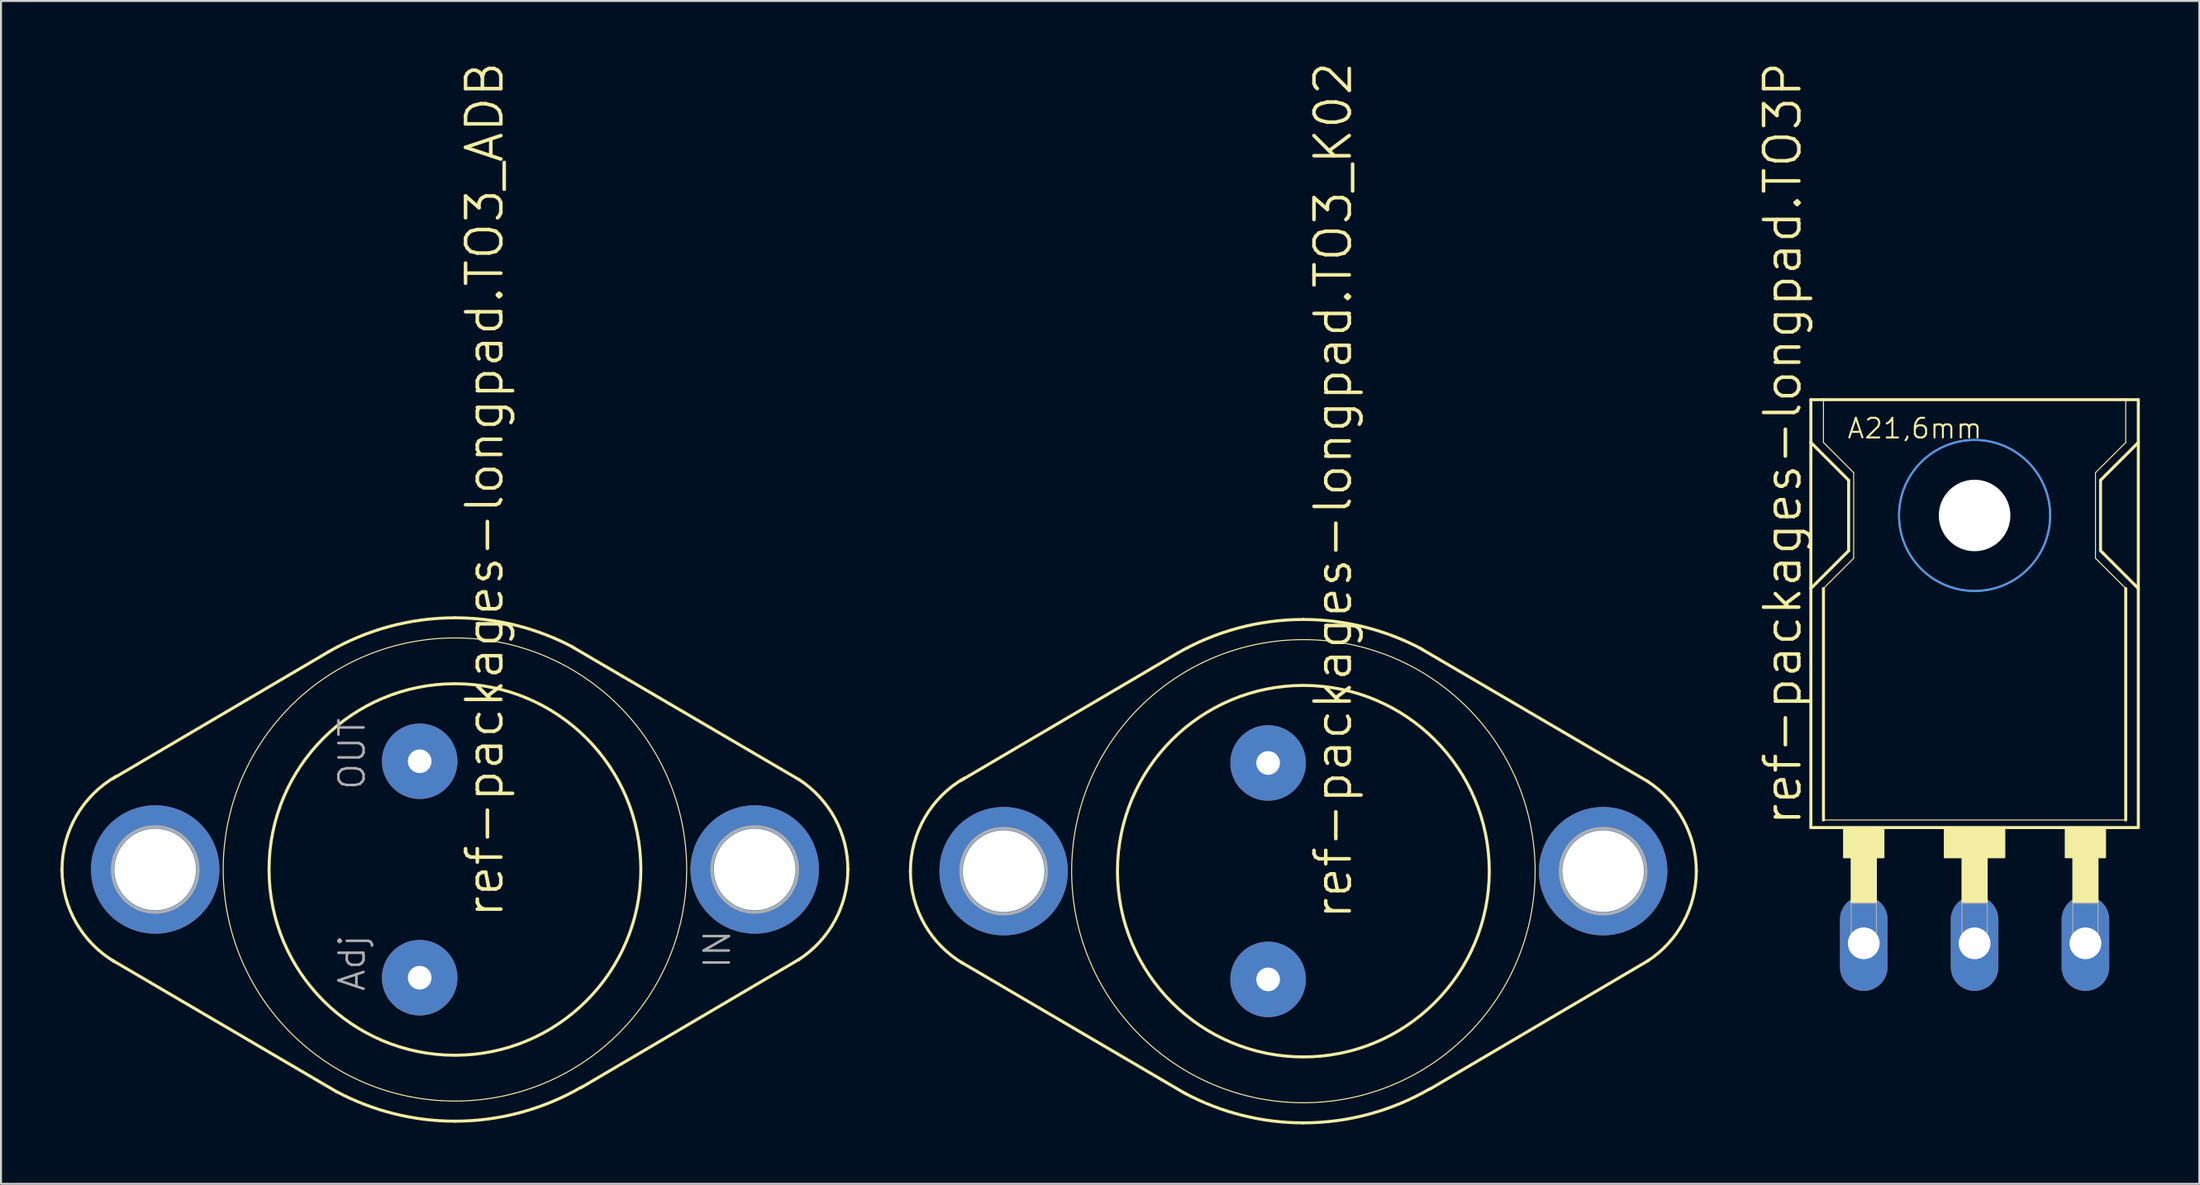
<source format=kicad_pcb>
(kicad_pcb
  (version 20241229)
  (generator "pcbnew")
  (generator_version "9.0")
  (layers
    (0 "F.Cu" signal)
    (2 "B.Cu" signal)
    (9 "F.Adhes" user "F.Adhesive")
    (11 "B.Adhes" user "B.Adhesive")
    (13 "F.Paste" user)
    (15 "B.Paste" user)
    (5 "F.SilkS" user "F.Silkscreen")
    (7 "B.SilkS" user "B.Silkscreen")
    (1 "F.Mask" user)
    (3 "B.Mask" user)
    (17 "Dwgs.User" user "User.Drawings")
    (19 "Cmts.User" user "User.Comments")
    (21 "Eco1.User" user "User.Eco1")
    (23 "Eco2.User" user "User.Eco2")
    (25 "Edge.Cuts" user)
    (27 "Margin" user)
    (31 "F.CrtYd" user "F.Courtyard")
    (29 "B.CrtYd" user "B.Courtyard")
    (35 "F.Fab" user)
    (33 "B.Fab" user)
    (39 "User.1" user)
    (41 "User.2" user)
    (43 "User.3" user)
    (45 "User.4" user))
  (footprint "ref-packages-longpad.TO3P"
    (layer "F.Cu")
    (at 96.507 36.93)
    (property "Reference" "ref-packages-longpad.TO3P" (at -8.636 1.778 90) (layer "F.SilkS") (effects (font (size 1.778 1.778) (thickness 0.18)) (justify left bottom)))
    (attr through_hole)
    (fp_line (start -8.255 -17.653) (end -8.255 -19.812) (stroke (width 0.152) (type default)) (layer "F.SilkS"))
    (fp_line (start -8.255 -17.653) (end -6.35 -15.748) (stroke (width 0.152) (type default)) (layer "F.SilkS"))
    (fp_line (start -8.255 -10.287) (end -8.255 -17.653) (stroke (width 0.152) (type default)) (layer "F.SilkS"))
    (fp_line (start -8.255 -10.287) (end -6.35 -12.192) (stroke (width 0.152) (type default)) (layer "F.SilkS"))
    (fp_line (start -8.255 1.778) (end -8.255 -10.287) (stroke (width 0.152) (type default)) (layer "F.SilkS"))
    (fp_line (start -8.255 1.778) (end 8.255 1.778) (stroke (width 0.152) (type default)) (layer "F.SilkS"))
    (fp_line (start -7.62 -19.812) (end -8.255 -19.812) (stroke (width 0.152) (type default)) (layer "F.SilkS"))
    (fp_line (start -7.62 -19.812) (end -7.62 -17.653) (stroke (width 0.051) (type default)) (layer "F.SilkS"))
    (fp_line (start -7.62 -10.287) (end -7.62 1.397) (stroke (width 0.152) (type default)) (layer "F.SilkS"))
    (fp_line (start -7.62 -10.287) (end -6.096 -11.811) (stroke (width 0.051) (type default)) (layer "F.SilkS"))
    (fp_line (start -7.62 1.397) (end 7.62 1.397) (stroke (width 0.051) (type default)) (layer "F.SilkS"))
    (fp_line (start -6.35 -12.192) (end -6.35 -15.748) (stroke (width 0.152) (type default)) (layer "F.SilkS"))
    (fp_line (start -6.096 -16.129) (end -7.62 -17.653) (stroke (width 0.051) (type default)) (layer "F.SilkS"))
    (fp_line (start -6.096 -16.129) (end -6.096 -11.811) (stroke (width 0.051) (type default)) (layer "F.SilkS"))
    (fp_line (start 6.096 -16.129) (end 6.096 -11.811) (stroke (width 0.051) (type default)) (layer "F.SilkS"))
    (fp_line (start 6.35 -15.748) (end 8.255 -17.653) (stroke (width 0.152) (type default)) (layer "F.SilkS"))
    (fp_line (start 6.35 -12.192) (end 6.35 -15.748) (stroke (width 0.152) (type default)) (layer "F.SilkS"))
    (fp_line (start 7.62 -19.812) (end -7.62 -19.812) (stroke (width 0.152) (type default)) (layer "F.SilkS"))
    (fp_line (start 7.62 -19.812) (end 7.62 -17.653) (stroke (width 0.051) (type default)) (layer "F.SilkS"))
    (fp_line (start 7.62 -17.653) (end 6.096 -16.129) (stroke (width 0.051) (type default)) (layer "F.SilkS"))
    (fp_line (start 7.62 -10.287) (end 6.096 -11.811) (stroke (width 0.051) (type default)) (layer "F.SilkS"))
    (fp_line (start 7.62 -10.287) (end 7.62 1.397) (stroke (width 0.152) (type default)) (layer "F.SilkS"))
    (fp_line (start 8.255 -19.812) (end 7.62 -19.812) (stroke (width 0.152) (type default)) (layer "F.SilkS"))
    (fp_line (start 8.255 -19.812) (end 8.255 -17.653) (stroke (width 0.152) (type default)) (layer "F.SilkS"))
    (fp_line (start 8.255 -17.653) (end 8.255 -10.287) (stroke (width 0.152) (type default)) (layer "F.SilkS"))
    (fp_line (start 8.255 -10.287) (end 6.35 -12.192) (stroke (width 0.152) (type default)) (layer "F.SilkS"))
    (fp_line (start 8.255 -10.287) (end 8.255 1.778) (stroke (width 0.152) (type default)) (layer "F.SilkS"))
    (fp_rect (start -6.604 3.302) (end -4.572 1.778) (stroke (width 0.05) (type default)) (fill yes) (layer "F.SilkS"))
    (fp_rect (start -6.223 5.588) (end -4.953 3.302) (stroke (width 0.05) (type default)) (fill yes) (layer "F.SilkS"))
    (fp_rect (start -1.524 3.302) (end 1.524 1.778) (stroke (width 0.05) (type default)) (fill yes) (layer "F.SilkS"))
    (fp_rect (start -0.635 5.588) (end 0.635 3.302) (stroke (width 0.05) (type default)) (fill yes) (layer "F.SilkS"))
    (fp_rect (start 4.572 3.302) (end 6.604 1.778) (stroke (width 0.05) (type default)) (fill yes) (layer "F.SilkS"))
    (fp_rect (start 4.953 5.588) (end 6.223 3.302) (stroke (width 0.05) (type default)) (fill yes) (layer "F.SilkS"))
    (fp_circle (center 0 -13.97) (end 1.651 -13.97) (stroke (width 0.152) (type default)) (fill no) (layer "F.SilkS"))
    (fp_circle (center 0 -13.97) (end 3.81 -13.97) (stroke (width 0.1) (type default)) (fill no) (layer "Cmts.User"))
    (fp_circle (center 0 -13.97) (end 3.81 -13.97) (stroke (width 0.1) (type default)) (fill no) (layer "Cmts.User"))
    (fp_rect (start -6.223 7.493) (end -4.953 5.588) (stroke (width 0.05) (type default)) (fill no) (layer "F.Fab"))
    (fp_rect (start -0.635 7.493) (end 0.635 5.588) (stroke (width 0.05) (type default)) (fill no) (layer "F.Fab"))
    (fp_rect (start 4.953 7.493) (end 6.223 5.588) (stroke (width 0.05) (type default)) (fill no) (layer "F.Fab"))
    (fp_text user "A21,6mm" (at -6.477 -17.78 0) (layer "F.SilkS") (effects (font (size 0.991 0.991) (thickness 0.1)) (justify left bottom)))
    (pad "" np_thru_hole circle (at 0 -13.97) (size 3.607 3.607) (drill 3.607) (layers "*.Cu" "*.Mask"))
    (pad "1" thru_hole oval (at -5.588 7.62 90) (size 4.801 2.4) (drill 1.6) (layers "*.Cu" "*.Mask"))
    (pad "2" thru_hole oval (at 0 7.62 90) (size 4.801 2.4) (drill 1.6) (layers "*.Cu" "*.Mask"))
    (pad "3" thru_hole oval (at 5.588 7.62 90) (size 4.801 2.4) (drill 1.6) (layers "*.Cu" "*.Mask")))
  (footprint "ref-packages-longpad.TO3_K02"
    (layer "F.Cu")
    (at 62.665 40.909)
    (property "Reference" "ref-packages-longpad.TO3_K02" (at 2.54 2.54 90) (layer "F.SilkS") (effects (font (size 1.778 1.778) (thickness 0.18)) (justify left bottom)))
    (attr through_hole)
    (fp_line (start -6.35 -10.998) (end -17.272 -4.572) (stroke (width 0.152) (type default)) (layer "F.SilkS"))
    (fp_line (start -5.944 11.227) (end -17.247 4.597) (stroke (width 0.152) (type default)) (layer "F.SilkS"))
    (fp_line (start 5.969 -11.201) (end 17.374 -4.521) (stroke (width 0.152) (type default)) (layer "F.SilkS"))
    (fp_line (start 6.375 10.998) (end 17.374 4.521) (stroke (width 0.152) (type default)) (layer "F.SilkS"))
    (fp_arc (start -19.812 0) (mid -19.08306 -2.712168) (end -17.0927 -4.6935) (stroke (width 0.1524) (type default)) (layer "F.SilkS"))
    (fp_arc (start -17.1555 4.657) (mid -19.101186 2.680705) (end -19.812 0) (stroke (width 0.1524) (type default)) (layer "F.SilkS"))
    (fp_arc (start -6.3718 -10.9859) (mid -3.299165 -12.263989) (end 0 -12.7) (stroke (width 0.1524) (type default)) (layer "F.SilkS"))
    (fp_arc (start 0 -12.7) (mid 3.080216 -12.320822) (end 5.9765 -11.2059) (stroke (width 0.1524) (type default)) (layer "F.SilkS"))
    (fp_arc (start 0 12.7) (mid -3.080216 12.320822) (end -5.9765 11.2059) (stroke (width 0.1524) (type default)) (layer "F.SilkS"))
    (fp_arc (start 6.3718 10.9859) (mid 3.299165 12.263989) (end 0 12.7) (stroke (width 0.1524) (type default)) (layer "F.SilkS"))
    (fp_arc (start 17.3366 -4.545) (mid 19.153012 -2.587691) (end 19.812 0) (stroke (width 0.1524) (type default)) (layer "F.SilkS"))
    (fp_arc (start 19.812 0) (mid 19.153012 2.587691) (end 17.3366 4.545) (stroke (width 0.1524) (type default)) (layer "F.SilkS"))
    (fp_circle (center 0 0) (end 9.373 0) (stroke (width 0.152) (type default)) (fill no) (layer "F.SilkS"))
    (fp_circle (center 0 0) (end 11.684 0) (stroke (width 0.051) (type default)) (fill no) (layer "F.SilkS"))
    (fp_circle (center -15.113 0) (end -12.954 0) (stroke (width 0.152) (type default)) (fill no) (layer "F.Fab"))
    (fp_circle (center 15.113 0) (end 17.272 0) (stroke (width 0.152) (type default)) (fill no) (layer "F.Fab"))
    (pad "1" thru_hole circle (at -1.778 5.461) (size 3.81 3.81) (drill 1.194) (layers "*.Cu" "*.Mask"))
    (pad "2" thru_hole circle (at -1.778 -5.461) (size 3.81 3.81) (drill 1.194) (layers "*.Cu" "*.Mask"))
    (pad "3" thru_hole circle (at 15.113 0) (size 6.477 6.477) (drill 4.115) (layers "*.Cu" "*.Mask"))
    (pad "3@" thru_hole circle (at -15.113 0) (size 6.477 6.477) (drill 4.115) (layers "*.Cu" "*.Mask")))
  (footprint "ref-packages-longpad.TO3_ADB"
    (layer "F.Cu")
    (at 19.888 40.824)
    (property "Reference" "ref-packages-longpad.TO3_ADB" (at 2.54 2.54 90) (layer "F.SilkS") (effects (font (size 1.778 1.778) (thickness 0.18)) (justify left bottom)))
    (attr through_hole)
    (fp_line (start -6.35 -10.998) (end -17.272 -4.572) (stroke (width 0.152) (type default)) (layer "F.SilkS"))
    (fp_line (start -5.944 11.227) (end -17.247 4.597) (stroke (width 0.152) (type default)) (layer "F.SilkS"))
    (fp_line (start 5.969 -11.201) (end 17.374 -4.521) (stroke (width 0.152) (type default)) (layer "F.SilkS"))
    (fp_line (start 6.375 10.998) (end 17.374 4.521) (stroke (width 0.152) (type default)) (layer "F.SilkS"))
    (fp_arc (start -19.812 0) (mid -19.08306 -2.712168) (end -17.0927 -4.6935) (stroke (width 0.1524) (type default)) (layer "F.SilkS"))
    (fp_arc (start -17.1555 4.657) (mid -19.101186 2.680705) (end -19.812 0) (stroke (width 0.1524) (type default)) (layer "F.SilkS"))
    (fp_arc (start -6.3718 -10.9859) (mid -3.299165 -12.263989) (end 0 -12.7) (stroke (width 0.1524) (type default)) (layer "F.SilkS"))
    (fp_arc (start 0 -12.7) (mid 3.080216 -12.320822) (end 5.9765 -11.2059) (stroke (width 0.1524) (type default)) (layer "F.SilkS"))
    (fp_arc (start 0 12.7) (mid -3.080216 12.320822) (end -5.9765 11.2059) (stroke (width 0.1524) (type default)) (layer "F.SilkS"))
    (fp_arc (start 6.3718 10.9859) (mid 3.299165 12.263989) (end 0 12.7) (stroke (width 0.1524) (type default)) (layer "F.SilkS"))
    (fp_arc (start 17.3366 -4.545) (mid 19.153012 -2.587691) (end 19.812 0) (stroke (width 0.1524) (type default)) (layer "F.SilkS"))
    (fp_arc (start 19.812 0) (mid 19.153012 2.587691) (end 17.3366 4.545) (stroke (width 0.1524) (type default)) (layer "F.SilkS"))
    (fp_circle (center 0 0) (end 9.373 0) (stroke (width 0.152) (type default)) (fill no) (layer "F.SilkS"))
    (fp_circle (center 0 0) (end 11.684 0) (stroke (width 0.051) (type default)) (fill no) (layer "F.SilkS"))
    (fp_circle (center -15.113 0) (end -12.954 0) (stroke (width 0.152) (type default)) (fill no) (layer "F.Fab"))
    (fp_circle (center 15.113 0) (end 17.272 0) (stroke (width 0.152) (type default)) (fill no) (layer "F.Fab"))
    (fp_text user "OUT" (at -4.445 -3.937 90) (layer "F.Fab") (effects (font (size 1.27 1.27) (thickness 0.13)) (justify left bottom)))
    (fp_text user "Adj" (at -4.445 6.223 90) (layer "F.Fab") (effects (font (size 1.27 1.27) (thickness 0.13)) (justify left bottom)))
    (fp_text user "IN" (at 13.97 5.08 90) (layer "F.Fab") (effects (font (size 1.27 1.27) (thickness 0.13)) (justify left bottom)))
    (pad "1" thru_hole circle (at -1.778 5.461) (size 3.81 3.81) (drill 1.194) (layers "*.Cu" "*.Mask"))
    (pad "2" thru_hole circle (at -1.778 -5.461) (size 3.81 3.81) (drill 1.194) (layers "*.Cu" "*.Mask"))
    (pad "3" thru_hole circle (at 15.113 0) (size 6.477 6.477) (drill 4.115) (layers "*.Cu" "*.Mask"))
    (pad "3@" thru_hole circle (at -15.113 0) (size 6.477 6.477) (drill 4.115) (layers "*.Cu" "*.Mask")))
  (gr_rect
    (start -3 -3)
    (end 107.838 56.685)
    (stroke (width 0.1) (type default))
    (fill no)
    (layer "Edge.Cuts")))
</source>
